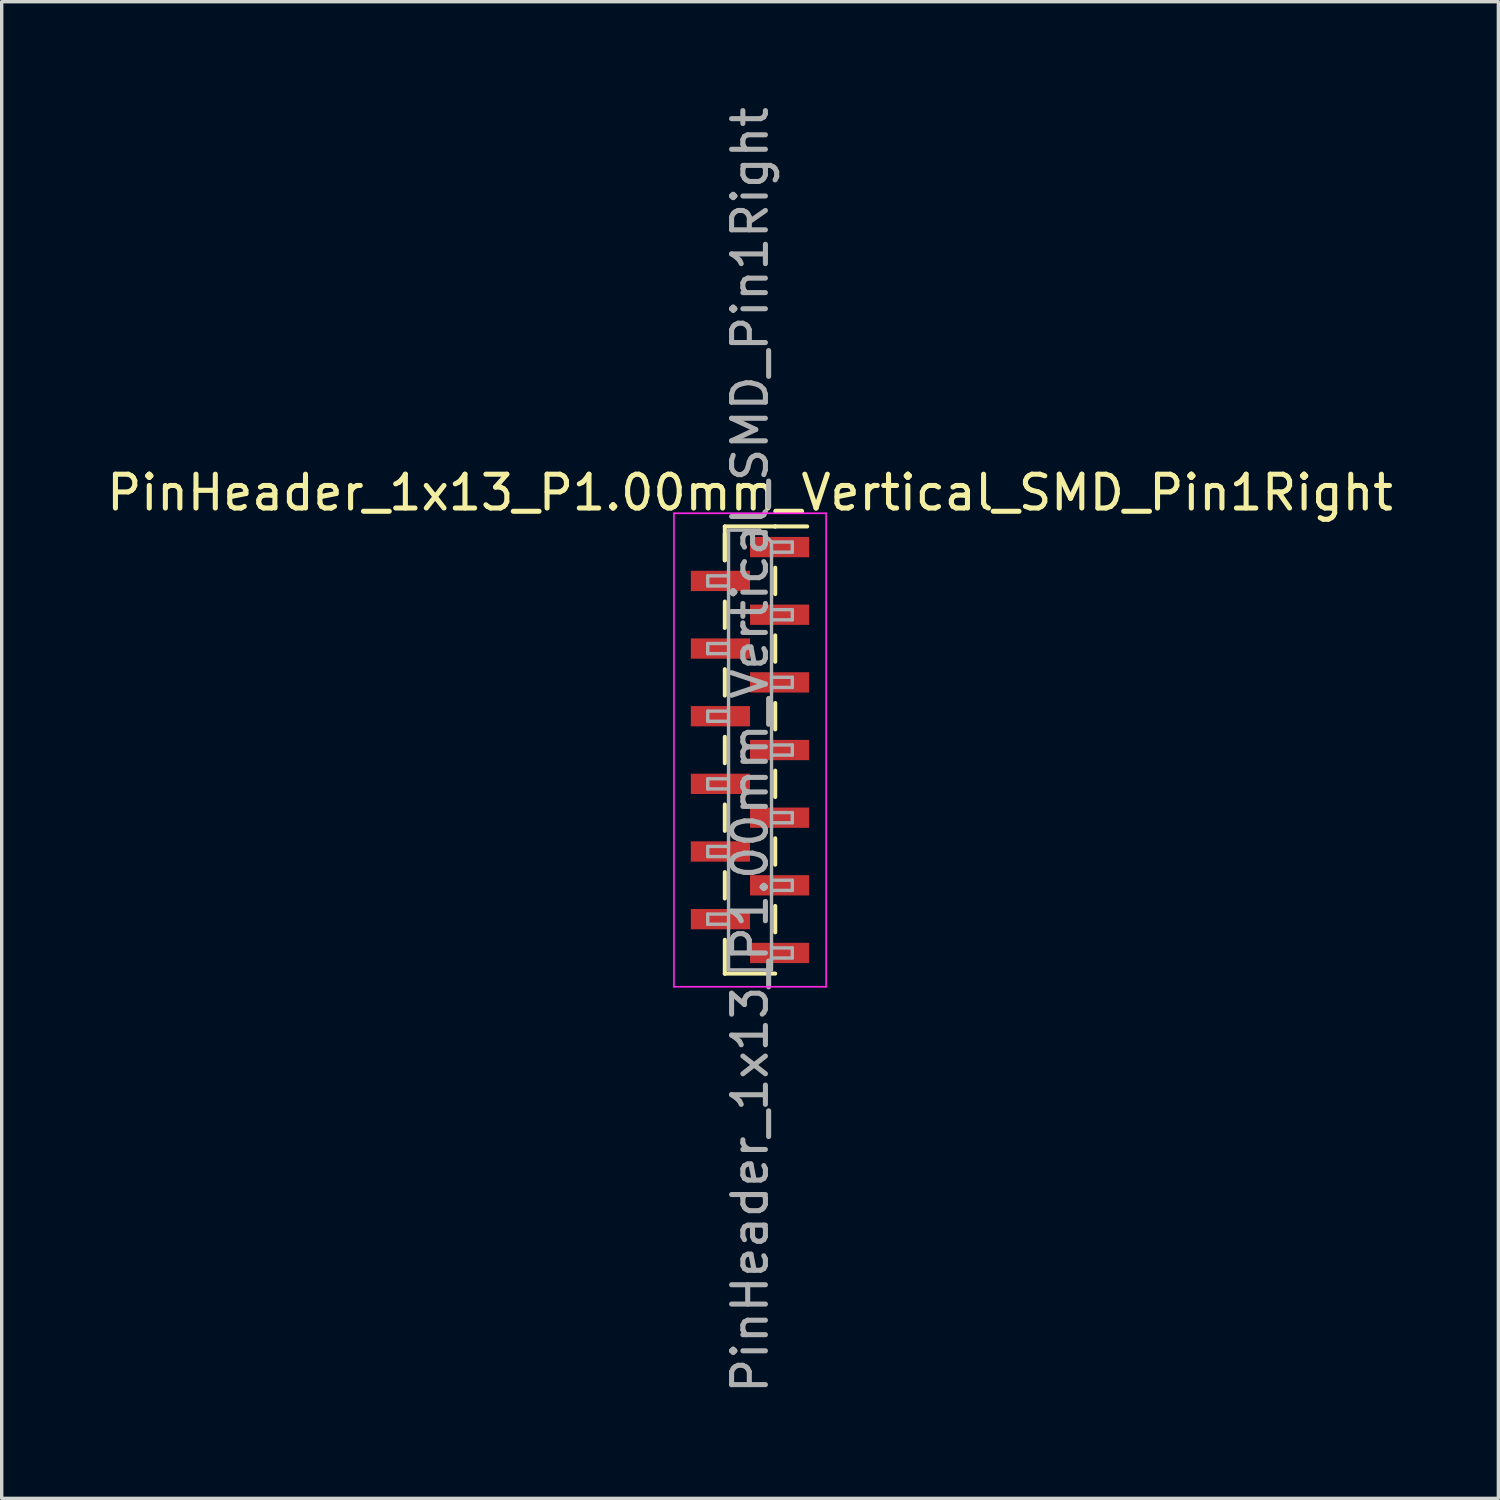
<source format=kicad_pcb>
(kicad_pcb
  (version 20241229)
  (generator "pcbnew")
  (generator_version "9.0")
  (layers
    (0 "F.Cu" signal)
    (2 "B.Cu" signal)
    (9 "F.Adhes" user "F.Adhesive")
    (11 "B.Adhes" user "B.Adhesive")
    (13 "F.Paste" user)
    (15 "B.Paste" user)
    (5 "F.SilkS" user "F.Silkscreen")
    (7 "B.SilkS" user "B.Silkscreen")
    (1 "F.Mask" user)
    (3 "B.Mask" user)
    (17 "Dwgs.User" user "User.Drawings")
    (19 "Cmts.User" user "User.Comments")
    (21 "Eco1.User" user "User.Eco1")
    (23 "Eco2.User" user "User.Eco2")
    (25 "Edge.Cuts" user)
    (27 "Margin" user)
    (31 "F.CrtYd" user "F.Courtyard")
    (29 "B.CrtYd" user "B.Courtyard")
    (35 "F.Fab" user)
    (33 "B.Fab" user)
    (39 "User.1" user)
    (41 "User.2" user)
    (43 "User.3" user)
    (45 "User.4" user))
  (footprint "PinHeader_1x13_P1.00mm_Vertical_SMD_Pin1Right"
    (layer "F.Cu")
    (at 19.125 19.125)
    (property "Reference" "PinHeader_1x13_P1.00mm_Vertical_SMD_Pin1Right" (at 0 -7.61 0) (layer "F.SilkS") (effects (font (size 1 1) (thickness 0.15))))
    (attr smd)
    (fp_line (start -0.745 -6.61) (end -0.745 -5.61) (stroke (width 0.12) (type solid)) (layer "F.SilkS"))
    (fp_line (start -0.745 -6.61) (end 0.745 -6.61) (stroke (width 0.12) (type solid)) (layer "F.SilkS"))
    (fp_line (start -0.745 -6.39) (end -0.745 -5.61) (stroke (width 0.12) (type solid)) (layer "F.SilkS"))
    (fp_line (start -0.745 -4.39) (end -0.745 -3.61) (stroke (width 0.12) (type solid)) (layer "F.SilkS"))
    (fp_line (start -0.745 -2.39) (end -0.745 -1.61) (stroke (width 0.12) (type solid)) (layer "F.SilkS"))
    (fp_line (start -0.745 -0.39) (end -0.745 0.39) (stroke (width 0.12) (type solid)) (layer "F.SilkS"))
    (fp_line (start -0.745 1.61) (end -0.745 2.39) (stroke (width 0.12) (type solid)) (layer "F.SilkS"))
    (fp_line (start -0.745 3.61) (end -0.745 4.39) (stroke (width 0.12) (type solid)) (layer "F.SilkS"))
    (fp_line (start -0.745 5.61) (end -0.745 6.61) (stroke (width 0.12) (type solid)) (layer "F.SilkS"))
    (fp_line (start -0.745 6.61) (end -0.745 6.61) (stroke (width 0.12) (type solid)) (layer "F.SilkS"))
    (fp_line (start -0.745 6.61) (end 0.745 6.61) (stroke (width 0.12) (type solid)) (layer "F.SilkS"))
    (fp_line (start 0.745 -6.61) (end 0.745 -6.61) (stroke (width 0.12) (type solid)) (layer "F.SilkS"))
    (fp_line (start 0.745 -6.61) (end 1.69 -6.61) (stroke (width 0.12) (type solid)) (layer "F.SilkS"))
    (fp_line (start 0.745 -5.39) (end 0.745 -4.61) (stroke (width 0.12) (type solid)) (layer "F.SilkS"))
    (fp_line (start 0.745 -3.39) (end 0.745 -2.61) (stroke (width 0.12) (type solid)) (layer "F.SilkS"))
    (fp_line (start 0.745 -1.39) (end 0.745 -0.61) (stroke (width 0.12) (type solid)) (layer "F.SilkS"))
    (fp_line (start 0.745 0.61) (end 0.745 1.39) (stroke (width 0.12) (type solid)) (layer "F.SilkS"))
    (fp_line (start 0.745 2.61) (end 0.745 3.39) (stroke (width 0.12) (type solid)) (layer "F.SilkS"))
    (fp_line (start 0.745 4.61) (end 0.745 5.39) (stroke (width 0.12) (type solid)) (layer "F.SilkS"))
    (fp_line (start -2.25 -7) (end -2.25 7) (stroke (width 0.05) (type solid)) (layer "F.CrtYd"))
    (fp_line (start -2.25 7) (end 2.25 7) (stroke (width 0.05) (type solid)) (layer "F.CrtYd"))
    (fp_line (start 2.25 -7) (end -2.25 -7) (stroke (width 0.05) (type solid)) (layer "F.CrtYd"))
    (fp_line (start 2.25 7) (end 2.25 -7) (stroke (width 0.05) (type solid)) (layer "F.CrtYd"))
    (fp_line (start -1.25 -5.15) (end -1.25 -4.85) (stroke (width 0.1) (type solid)) (layer "F.Fab"))
    (fp_line (start -1.25 -4.85) (end -0.635 -4.85) (stroke (width 0.1) (type solid)) (layer "F.Fab"))
    (fp_line (start -1.25 -3.15) (end -1.25 -2.85) (stroke (width 0.1) (type solid)) (layer "F.Fab"))
    (fp_line (start -1.25 -2.85) (end -0.635 -2.85) (stroke (width 0.1) (type solid)) (layer "F.Fab"))
    (fp_line (start -1.25 -1.15) (end -1.25 -0.85) (stroke (width 0.1) (type solid)) (layer "F.Fab"))
    (fp_line (start -1.25 -0.85) (end -0.635 -0.85) (stroke (width 0.1) (type solid)) (layer "F.Fab"))
    (fp_line (start -1.25 0.85) (end -1.25 1.15) (stroke (width 0.1) (type solid)) (layer "F.Fab"))
    (fp_line (start -1.25 1.15) (end -0.635 1.15) (stroke (width 0.1) (type solid)) (layer "F.Fab"))
    (fp_line (start -1.25 2.85) (end -1.25 3.15) (stroke (width 0.1) (type solid)) (layer "F.Fab"))
    (fp_line (start -1.25 3.15) (end -0.635 3.15) (stroke (width 0.1) (type solid)) (layer "F.Fab"))
    (fp_line (start -1.25 4.85) (end -1.25 5.15) (stroke (width 0.1) (type solid)) (layer "F.Fab"))
    (fp_line (start -1.25 5.15) (end -0.635 5.15) (stroke (width 0.1) (type solid)) (layer "F.Fab"))
    (fp_line (start -0.635 -6.5) (end -0.635 6.5) (stroke (width 0.1) (type solid)) (layer "F.Fab"))
    (fp_line (start -0.635 -6.5) (end 0.285 -6.5) (stroke (width 0.1) (type solid)) (layer "F.Fab"))
    (fp_line (start -0.635 -5.15) (end -1.25 -5.15) (stroke (width 0.1) (type solid)) (layer "F.Fab"))
    (fp_line (start -0.635 -3.15) (end -1.25 -3.15) (stroke (width 0.1) (type solid)) (layer "F.Fab"))
    (fp_line (start -0.635 -1.15) (end -1.25 -1.15) (stroke (width 0.1) (type solid)) (layer "F.Fab"))
    (fp_line (start -0.635 0.85) (end -1.25 0.85) (stroke (width 0.1) (type solid)) (layer "F.Fab"))
    (fp_line (start -0.635 2.85) (end -1.25 2.85) (stroke (width 0.1) (type solid)) (layer "F.Fab"))
    (fp_line (start -0.635 4.85) (end -1.25 4.85) (stroke (width 0.1) (type solid)) (layer "F.Fab"))
    (fp_line (start 0.635 -6.15) (end 0.285 -6.5) (stroke (width 0.1) (type solid)) (layer "F.Fab"))
    (fp_line (start 0.635 -6.15) (end 1.25 -6.15) (stroke (width 0.1) (type solid)) (layer "F.Fab"))
    (fp_line (start 0.635 -4.15) (end 1.25 -4.15) (stroke (width 0.1) (type solid)) (layer "F.Fab"))
    (fp_line (start 0.635 -2.15) (end 1.25 -2.15) (stroke (width 0.1) (type solid)) (layer "F.Fab"))
    (fp_line (start 0.635 -0.15) (end 1.25 -0.15) (stroke (width 0.1) (type solid)) (layer "F.Fab"))
    (fp_line (start 0.635 1.85) (end 1.25 1.85) (stroke (width 0.1) (type solid)) (layer "F.Fab"))
    (fp_line (start 0.635 3.85) (end 1.25 3.85) (stroke (width 0.1) (type solid)) (layer "F.Fab"))
    (fp_line (start 0.635 5.85) (end 1.25 5.85) (stroke (width 0.1) (type solid)) (layer "F.Fab"))
    (fp_line (start 0.635 6.5) (end -0.635 6.5) (stroke (width 0.1) (type solid)) (layer "F.Fab"))
    (fp_line (start 0.635 6.5) (end 0.635 -6.15) (stroke (width 0.1) (type solid)) (layer "F.Fab"))
    (fp_line (start 1.25 -6.15) (end 1.25 -5.85) (stroke (width 0.1) (type solid)) (layer "F.Fab"))
    (fp_line (start 1.25 -5.85) (end 0.635 -5.85) (stroke (width 0.1) (type solid)) (layer "F.Fab"))
    (fp_line (start 1.25 -4.15) (end 1.25 -3.85) (stroke (width 0.1) (type solid)) (layer "F.Fab"))
    (fp_line (start 1.25 -3.85) (end 0.635 -3.85) (stroke (width 0.1) (type solid)) (layer "F.Fab"))
    (fp_line (start 1.25 -2.15) (end 1.25 -1.85) (stroke (width 0.1) (type solid)) (layer "F.Fab"))
    (fp_line (start 1.25 -1.85) (end 0.635 -1.85) (stroke (width 0.1) (type solid)) (layer "F.Fab"))
    (fp_line (start 1.25 -0.15) (end 1.25 0.15) (stroke (width 0.1) (type solid)) (layer "F.Fab"))
    (fp_line (start 1.25 0.15) (end 0.635 0.15) (stroke (width 0.1) (type solid)) (layer "F.Fab"))
    (fp_line (start 1.25 1.85) (end 1.25 2.15) (stroke (width 0.1) (type solid)) (layer "F.Fab"))
    (fp_line (start 1.25 2.15) (end 0.635 2.15) (stroke (width 0.1) (type solid)) (layer "F.Fab"))
    (fp_line (start 1.25 3.85) (end 1.25 4.15) (stroke (width 0.1) (type solid)) (layer "F.Fab"))
    (fp_line (start 1.25 4.15) (end 0.635 4.15) (stroke (width 0.1) (type solid)) (layer "F.Fab"))
    (fp_line (start 1.25 5.85) (end 1.25 6.15) (stroke (width 0.1) (type solid)) (layer "F.Fab"))
    (fp_line (start 1.25 6.15) (end 0.635 6.15) (stroke (width 0.1) (type solid)) (layer "F.Fab"))
    (fp_text user "${REFERENCE}" (at 0 0 90) (layer "F.Fab") (effects (font (size 1 1) (thickness 0.15))))
    (pad "1" smd rect (at 0.875 -6) (size 1.75 0.6) (layers "F.Cu" "F.Mask" "F.Paste"))
    (pad "2" smd rect (at -0.875 -5) (size 1.75 0.6) (layers "F.Cu" "F.Mask" "F.Paste"))
    (pad "3" smd rect (at 0.875 -4) (size 1.75 0.6) (layers "F.Cu" "F.Mask" "F.Paste"))
    (pad "4" smd rect (at -0.875 -3) (size 1.75 0.6) (layers "F.Cu" "F.Mask" "F.Paste"))
    (pad "5" smd rect (at 0.875 -2) (size 1.75 0.6) (layers "F.Cu" "F.Mask" "F.Paste"))
    (pad "6" smd rect (at -0.875 -1) (size 1.75 0.6) (layers "F.Cu" "F.Mask" "F.Paste"))
    (pad "7" smd rect (at 0.875 0) (size 1.75 0.6) (layers "F.Cu" "F.Mask" "F.Paste"))
    (pad "8" smd rect (at -0.875 1) (size 1.75 0.6) (layers "F.Cu" "F.Mask" "F.Paste"))
    (pad "9" smd rect (at 0.875 2) (size 1.75 0.6) (layers "F.Cu" "F.Mask" "F.Paste"))
    (pad "10" smd rect (at -0.875 3) (size 1.75 0.6) (layers "F.Cu" "F.Mask" "F.Paste"))
    (pad "11" smd rect (at 0.875 4) (size 1.75 0.6) (layers "F.Cu" "F.Mask" "F.Paste"))
    (pad "12" smd rect (at -0.875 5) (size 1.75 0.6) (layers "F.Cu" "F.Mask" "F.Paste"))
    (pad "13" smd rect (at 0.875 6) (size 1.75 0.6) (layers "F.Cu" "F.Mask" "F.Paste")))
  (gr_rect
    (start -3 -3)
    (end 41.25 41.25)
    (stroke (width 0.1) (type default))
    (fill no)
    (layer "Edge.Cuts")))
</source>
